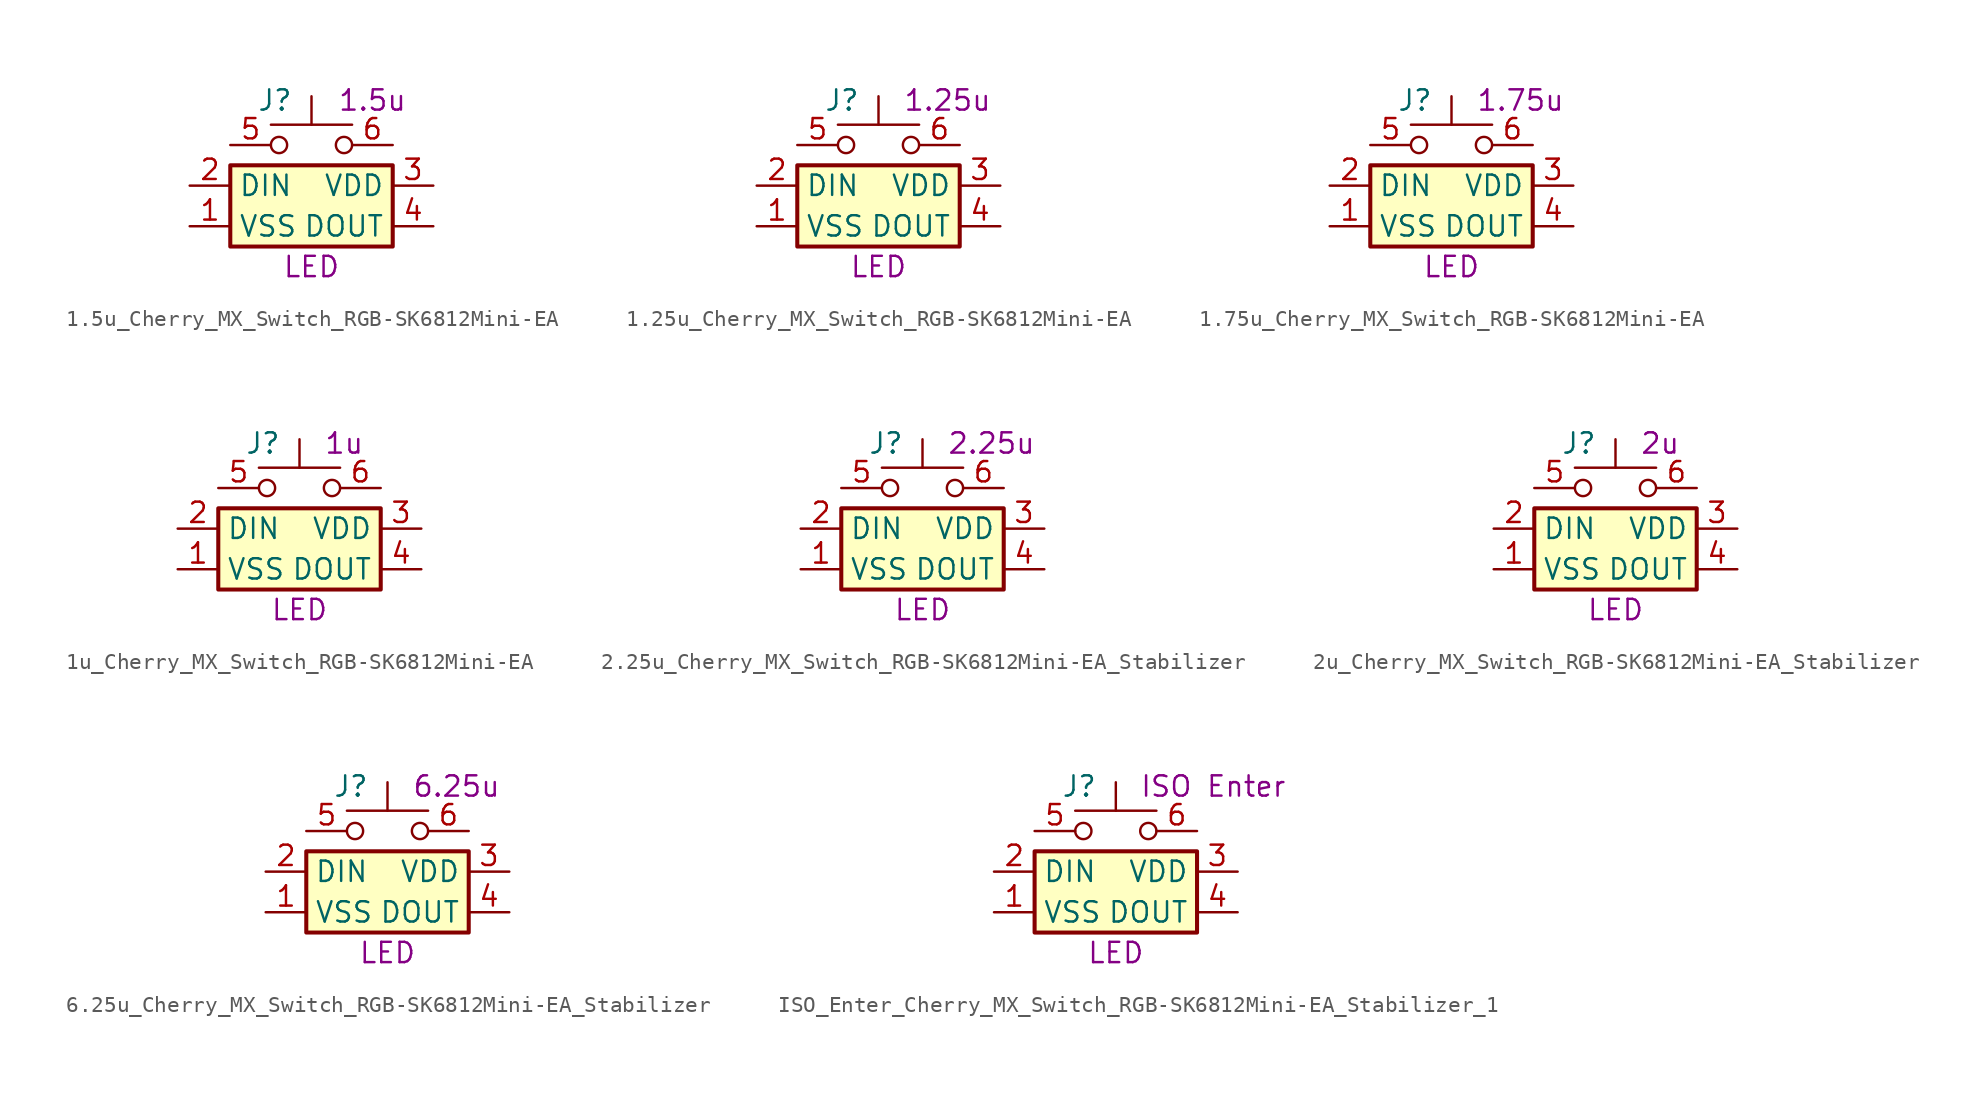
<source format=kicad_sym>
(kicad_symbol_lib
  (version 20241209)
  (generator "kicad_symbol_editor")
  (generator_version "9.0")
  (symbol "1.5u_Cherry_MX_Switch_RGB-SK6812Mini-EA"
    (property "Reference" "J"
      (at -2.286 5.334 0)
      (effects (font (size 1.27 1.27))))
    (property "Value" ""
      (at 0 0 0)
      (effects (font (size 1.27 1.27))))
    (property "LED_Reference" "LED"
      (at 0 -5.08 0)
      (effects (font (size 1.27 1.27))))
    (property "Size" "1.5u"
      (at 3.81 5.334 0)
      (effects (font (size 1.27 1.27))))
    (symbol "1.5u_Cherry_MX_Switch_RGB-SK6812Mini-EA_0_1"
      (rectangle (start -5.08 1.27) (end 5.08 -3.81) (stroke (width 0.254) (type default)) (fill (type background)))
      (circle (center -2.032 2.54) (radius 0.508) (stroke (width 0) (type default)) (fill (type none)))
      (polyline (pts (xy 0 3.81) (xy 0 5.588)) (stroke (width 0) (type default)) (fill (type none)))
      (circle (center 2.032 2.54) (radius 0.508) (stroke (width 0) (type default)) (fill (type none)))
      (polyline (pts (xy 2.54 3.81) (xy -2.54 3.81)) (stroke (width 0) (type default)) (fill (type none))))
    (symbol "1.5u_Cherry_MX_Switch_RGB-SK6812Mini-EA_1_1"
      (pin input line (at -7.62 0 0) (length 2.54) (name "DIN" (effects (font (size 1.27 1.27)))) (number "2" (effects (font (size 1.27 1.27)))))
      (pin power_in line (at -7.62 -2.54 0) (length 2.54) (name "VSS" (effects (font (size 1.27 1.27)))) (number "1" (effects (font (size 1.27 1.27)))))
      (pin passive line (at -5.08 2.54 0) (length 2.54) (name "" (effects (font (size 1.27 1.27)))) (number "5" (effects (font (size 1.27 1.27)))))
      (pin passive line (at 5.08 2.54 180) (length 2.54) (name "" (effects (font (size 1.27 1.27)))) (number "6" (effects (font (size 1.27 1.27)))))
      (pin power_in line (at 7.62 0 180) (length 2.54) (name "VDD" (effects (font (size 1.27 1.27)))) (number "3" (effects (font (size 1.27 1.27)))))
      (pin output line (at 7.62 -2.54 180) (length 2.54) (name "DOUT" (effects (font (size 1.27 1.27)))) (number "4" (effects (font (size 1.27 1.27)))))))
  (symbol "1.25u_Cherry_MX_Switch_RGB-SK6812Mini-EA"
    (property "Reference" "J"
      (at -2.286 5.334 0)
      (effects (font (size 1.27 1.27))))
    (property "Value" ""
      (at 0 0 0)
      (effects (font (size 1.27 1.27))))
    (property "LED_Reference" "LED"
      (at 0 -5.08 0)
      (effects (font (size 1.27 1.27))))
    (property "Size" "1.25u"
      (at 4.318 5.334 0)
      (effects (font (size 1.27 1.27))))
    (symbol "1.25u_Cherry_MX_Switch_RGB-SK6812Mini-EA_0_1"
      (rectangle (start -5.08 1.27) (end 5.08 -3.81) (stroke (width 0.254) (type default)) (fill (type background)))
      (circle (center -2.032 2.54) (radius 0.508) (stroke (width 0) (type default)) (fill (type none)))
      (polyline (pts (xy 0 3.81) (xy 0 5.588)) (stroke (width 0) (type default)) (fill (type none)))
      (circle (center 2.032 2.54) (radius 0.508) (stroke (width 0) (type default)) (fill (type none)))
      (polyline (pts (xy 2.54 3.81) (xy -2.54 3.81)) (stroke (width 0) (type default)) (fill (type none))))
    (symbol "1.25u_Cherry_MX_Switch_RGB-SK6812Mini-EA_1_1"
      (pin input line (at -7.62 0 0) (length 2.54) (name "DIN" (effects (font (size 1.27 1.27)))) (number "2" (effects (font (size 1.27 1.27)))))
      (pin power_in line (at -7.62 -2.54 0) (length 2.54) (name "VSS" (effects (font (size 1.27 1.27)))) (number "1" (effects (font (size 1.27 1.27)))))
      (pin passive line (at -5.08 2.54 0) (length 2.54) (name "" (effects (font (size 1.27 1.27)))) (number "5" (effects (font (size 1.27 1.27)))))
      (pin passive line (at 5.08 2.54 180) (length 2.54) (name "" (effects (font (size 1.27 1.27)))) (number "6" (effects (font (size 1.27 1.27)))))
      (pin power_in line (at 7.62 0 180) (length 2.54) (name "VDD" (effects (font (size 1.27 1.27)))) (number "3" (effects (font (size 1.27 1.27)))))
      (pin output line (at 7.62 -2.54 180) (length 2.54) (name "DOUT" (effects (font (size 1.27 1.27)))) (number "4" (effects (font (size 1.27 1.27)))))))
  (symbol "1.75u_Cherry_MX_Switch_RGB-SK6812Mini-EA"
    (property "Reference" "J"
      (at -2.286 5.334 0)
      (effects (font (size 1.27 1.27))))
    (property "Value" ""
      (at 0 0 0)
      (effects (font (size 1.27 1.27))))
    (property "LED_Reference" "LED"
      (at 0 -5.08 0)
      (effects (font (size 1.27 1.27))))
    (property "Size" "1.75u"
      (at 4.318 5.334 0)
      (effects (font (size 1.27 1.27))))
    (symbol "1.75u_Cherry_MX_Switch_RGB-SK6812Mini-EA_0_1"
      (rectangle (start -5.08 1.27) (end 5.08 -3.81) (stroke (width 0.254) (type default)) (fill (type background)))
      (circle (center -2.032 2.54) (radius 0.508) (stroke (width 0) (type default)) (fill (type none)))
      (polyline (pts (xy 0 3.81) (xy 0 5.588)) (stroke (width 0) (type default)) (fill (type none)))
      (circle (center 2.032 2.54) (radius 0.508) (stroke (width 0) (type default)) (fill (type none)))
      (polyline (pts (xy 2.54 3.81) (xy -2.54 3.81)) (stroke (width 0) (type default)) (fill (type none))))
    (symbol "1.75u_Cherry_MX_Switch_RGB-SK6812Mini-EA_1_1"
      (pin input line (at -7.62 0 0) (length 2.54) (name "DIN" (effects (font (size 1.27 1.27)))) (number "2" (effects (font (size 1.27 1.27)))))
      (pin power_in line (at -7.62 -2.54 0) (length 2.54) (name "VSS" (effects (font (size 1.27 1.27)))) (number "1" (effects (font (size 1.27 1.27)))))
      (pin passive line (at -5.08 2.54 0) (length 2.54) (name "" (effects (font (size 1.27 1.27)))) (number "5" (effects (font (size 1.27 1.27)))))
      (pin passive line (at 5.08 2.54 180) (length 2.54) (name "" (effects (font (size 1.27 1.27)))) (number "6" (effects (font (size 1.27 1.27)))))
      (pin power_in line (at 7.62 0 180) (length 2.54) (name "VDD" (effects (font (size 1.27 1.27)))) (number "3" (effects (font (size 1.27 1.27)))))
      (pin output line (at 7.62 -2.54 180) (length 2.54) (name "DOUT" (effects (font (size 1.27 1.27)))) (number "4" (effects (font (size 1.27 1.27)))))))
  (symbol "1u_Cherry_MX_Switch_RGB-SK6812Mini-EA"
    (property "Reference" "J"
      (at -2.286 5.334 0)
      (effects (font (size 1.27 1.27))))
    (property "Value" ""
      (at 0 0 0)
      (effects (font (size 1.27 1.27))))
    (property "LED_Reference" "LED"
      (at 0 -5.08 0)
      (effects (font (size 1.27 1.27))))
    (property "Size" "1u"
      (at 2.794 5.334 0)
      (effects (font (size 1.27 1.27))))
    (symbol "1u_Cherry_MX_Switch_RGB-SK6812Mini-EA_0_1"
      (rectangle (start -5.08 1.27) (end 5.08 -3.81) (stroke (width 0.254) (type default)) (fill (type background)))
      (circle (center -2.032 2.54) (radius 0.508) (stroke (width 0) (type default)) (fill (type none)))
      (polyline (pts (xy 0 3.81) (xy 0 5.588)) (stroke (width 0) (type default)) (fill (type none)))
      (circle (center 2.032 2.54) (radius 0.508) (stroke (width 0) (type default)) (fill (type none)))
      (polyline (pts (xy 2.54 3.81) (xy -2.54 3.81)) (stroke (width 0) (type default)) (fill (type none))))
    (symbol "1u_Cherry_MX_Switch_RGB-SK6812Mini-EA_1_1"
      (pin input line (at -7.62 0 0) (length 2.54) (name "DIN" (effects (font (size 1.27 1.27)))) (number "2" (effects (font (size 1.27 1.27)))))
      (pin power_in line (at -7.62 -2.54 0) (length 2.54) (name "VSS" (effects (font (size 1.27 1.27)))) (number "1" (effects (font (size 1.27 1.27)))))
      (pin passive line (at -5.08 2.54 0) (length 2.54) (name "" (effects (font (size 1.27 1.27)))) (number "5" (effects (font (size 1.27 1.27)))))
      (pin passive line (at 5.08 2.54 180) (length 2.54) (name "" (effects (font (size 1.27 1.27)))) (number "6" (effects (font (size 1.27 1.27)))))
      (pin power_in line (at 7.62 0 180) (length 2.54) (name "VDD" (effects (font (size 1.27 1.27)))) (number "3" (effects (font (size 1.27 1.27)))))
      (pin output line (at 7.62 -2.54 180) (length 2.54) (name "DOUT" (effects (font (size 1.27 1.27)))) (number "4" (effects (font (size 1.27 1.27)))))))
  (symbol "2.25u_Cherry_MX_Switch_RGB-SK6812Mini-EA_Stabilizer"
    (property "Reference" "J"
      (at -2.286 5.334 0)
      (effects (font (size 1.27 1.27))))
    (property "Value" ""
      (at 0 0 0)
      (effects (font (size 1.27 1.27))))
    (property "LED_Reference" "LED"
      (at 0 -5.08 0)
      (effects (font (size 1.27 1.27))))
    (property "Size" "2.25u"
      (at 4.318 5.334 0)
      (effects (font (size 1.27 1.27))))
    (symbol "2.25u_Cherry_MX_Switch_RGB-SK6812Mini-EA_Stabilizer_0_1"
      (rectangle (start -5.08 1.27) (end 5.08 -3.81) (stroke (width 0.254) (type default)) (fill (type background)))
      (circle (center -2.032 2.54) (radius 0.508) (stroke (width 0) (type default)) (fill (type none)))
      (polyline (pts (xy 0 3.81) (xy 0 5.588)) (stroke (width 0) (type default)) (fill (type none)))
      (circle (center 2.032 2.54) (radius 0.508) (stroke (width 0) (type default)) (fill (type none)))
      (polyline (pts (xy 2.54 3.81) (xy -2.54 3.81)) (stroke (width 0) (type default)) (fill (type none))))
    (symbol "2.25u_Cherry_MX_Switch_RGB-SK6812Mini-EA_Stabilizer_1_1"
      (pin input line (at -7.62 0 0) (length 2.54) (name "DIN" (effects (font (size 1.27 1.27)))) (number "2" (effects (font (size 1.27 1.27)))))
      (pin power_in line (at -7.62 -2.54 0) (length 2.54) (name "VSS" (effects (font (size 1.27 1.27)))) (number "1" (effects (font (size 1.27 1.27)))))
      (pin passive line (at -5.08 2.54 0) (length 2.54) (name "" (effects (font (size 1.27 1.27)))) (number "5" (effects (font (size 1.27 1.27)))))
      (pin passive line (at 5.08 2.54 180) (length 2.54) (name "" (effects (font (size 1.27 1.27)))) (number "6" (effects (font (size 1.27 1.27)))))
      (pin power_in line (at 7.62 0 180) (length 2.54) (name "VDD" (effects (font (size 1.27 1.27)))) (number "3" (effects (font (size 1.27 1.27)))))
      (pin output line (at 7.62 -2.54 180) (length 2.54) (name "DOUT" (effects (font (size 1.27 1.27)))) (number "4" (effects (font (size 1.27 1.27)))))))
  (symbol "2u_Cherry_MX_Switch_RGB-SK6812Mini-EA_Stabilizer"
    (property "Reference" "J"
      (at -2.286 5.334 0)
      (effects (font (size 1.27 1.27))))
    (property "Value" ""
      (at 0 0 0)
      (effects (font (size 1.27 1.27))))
    (property "LED_Reference" "LED"
      (at 0 -5.08 0)
      (effects (font (size 1.27 1.27))))
    (property "Size" "2u"
      (at 2.794 5.334 0)
      (effects (font (size 1.27 1.27))))
    (symbol "2u_Cherry_MX_Switch_RGB-SK6812Mini-EA_Stabilizer_0_1"
      (rectangle (start -5.08 1.27) (end 5.08 -3.81) (stroke (width 0.254) (type default)) (fill (type background)))
      (circle (center -2.032 2.54) (radius 0.508) (stroke (width 0) (type default)) (fill (type none)))
      (polyline (pts (xy 0 3.81) (xy 0 5.588)) (stroke (width 0) (type default)) (fill (type none)))
      (circle (center 2.032 2.54) (radius 0.508) (stroke (width 0) (type default)) (fill (type none)))
      (polyline (pts (xy 2.54 3.81) (xy -2.54 3.81)) (stroke (width 0) (type default)) (fill (type none))))
    (symbol "2u_Cherry_MX_Switch_RGB-SK6812Mini-EA_Stabilizer_1_1"
      (pin input line (at -7.62 0 0) (length 2.54) (name "DIN" (effects (font (size 1.27 1.27)))) (number "2" (effects (font (size 1.27 1.27)))))
      (pin power_in line (at -7.62 -2.54 0) (length 2.54) (name "VSS" (effects (font (size 1.27 1.27)))) (number "1" (effects (font (size 1.27 1.27)))))
      (pin passive line (at -5.08 2.54 0) (length 2.54) (name "" (effects (font (size 1.27 1.27)))) (number "5" (effects (font (size 1.27 1.27)))))
      (pin passive line (at 5.08 2.54 180) (length 2.54) (name "" (effects (font (size 1.27 1.27)))) (number "6" (effects (font (size 1.27 1.27)))))
      (pin power_in line (at 7.62 0 180) (length 2.54) (name "VDD" (effects (font (size 1.27 1.27)))) (number "3" (effects (font (size 1.27 1.27)))))
      (pin output line (at 7.62 -2.54 180) (length 2.54) (name "DOUT" (effects (font (size 1.27 1.27)))) (number "4" (effects (font (size 1.27 1.27)))))))
  (symbol "6.25u_Cherry_MX_Switch_RGB-SK6812Mini-EA_Stabilizer"
    (property "Reference" "J"
      (at -2.286 5.334 0)
      (effects (font (size 1.27 1.27))))
    (property "Value" ""
      (at 0 0 0)
      (effects (font (size 1.27 1.27))))
    (property "LED_Reference" "LED"
      (at 0 -5.08 0)
      (effects (font (size 1.27 1.27))))
    (property "Size" "6.25u"
      (at 4.318 5.334 0)
      (effects (font (size 1.27 1.27))))
    (symbol "6.25u_Cherry_MX_Switch_RGB-SK6812Mini-EA_Stabilizer_0_1"
      (rectangle (start -5.08 1.27) (end 5.08 -3.81) (stroke (width 0.254) (type default)) (fill (type background)))
      (circle (center -2.032 2.54) (radius 0.508) (stroke (width 0) (type default)) (fill (type none)))
      (polyline (pts (xy 0 3.81) (xy 0 5.588)) (stroke (width 0) (type default)) (fill (type none)))
      (circle (center 2.032 2.54) (radius 0.508) (stroke (width 0) (type default)) (fill (type none)))
      (polyline (pts (xy 2.54 3.81) (xy -2.54 3.81)) (stroke (width 0) (type default)) (fill (type none))))
    (symbol "6.25u_Cherry_MX_Switch_RGB-SK6812Mini-EA_Stabilizer_1_1"
      (pin input line (at -7.62 0 0) (length 2.54) (name "DIN" (effects (font (size 1.27 1.27)))) (number "2" (effects (font (size 1.27 1.27)))))
      (pin power_in line (at -7.62 -2.54 0) (length 2.54) (name "VSS" (effects (font (size 1.27 1.27)))) (number "1" (effects (font (size 1.27 1.27)))))
      (pin passive line (at -5.08 2.54 0) (length 2.54) (name "" (effects (font (size 1.27 1.27)))) (number "5" (effects (font (size 1.27 1.27)))))
      (pin passive line (at 5.08 2.54 180) (length 2.54) (name "" (effects (font (size 1.27 1.27)))) (number "6" (effects (font (size 1.27 1.27)))))
      (pin power_in line (at 7.62 0 180) (length 2.54) (name "VDD" (effects (font (size 1.27 1.27)))) (number "3" (effects (font (size 1.27 1.27)))))
      (pin output line (at 7.62 -2.54 180) (length 2.54) (name "DOUT" (effects (font (size 1.27 1.27)))) (number "4" (effects (font (size 1.27 1.27)))))))
  (symbol "ISO_Enter_Cherry_MX_Switch_RGB-SK6812Mini-EA_Stabilizer_1"
    (property "Reference" "J"
      (at -2.286 5.334 0)
      (effects (font (size 1.27 1.27))))
    (property "Value" ""
      (at 0 0 0)
      (effects (font (size 1.27 1.27))))
    (property "LED_Reference" "LED"
      (at 0 -5.08 0)
      (effects (font (size 1.27 1.27))))
    (property "Size" "ISO Enter"
      (at 6.096 5.334 0)
      (effects (font (size 1.27 1.27))))
    (symbol "ISO_Enter_Cherry_MX_Switch_RGB-SK6812Mini-EA_Stabilizer_1_0_1"
      (rectangle (start -5.08 1.27) (end 5.08 -3.81) (stroke (width 0.254) (type default)) (fill (type background)))
      (circle (center -2.032 2.54) (radius 0.508) (stroke (width 0) (type default)) (fill (type none)))
      (polyline (pts (xy 0 3.81) (xy 0 5.588)) (stroke (width 0) (type default)) (fill (type none)))
      (circle (center 2.032 2.54) (radius 0.508) (stroke (width 0) (type default)) (fill (type none)))
      (polyline (pts (xy 2.54 3.81) (xy -2.54 3.81)) (stroke (width 0) (type default)) (fill (type none))))
    (symbol "ISO_Enter_Cherry_MX_Switch_RGB-SK6812Mini-EA_Stabilizer_1_1_1"
      (pin input line (at -7.62 0 0) (length 2.54) (name "DIN" (effects (font (size 1.27 1.27)))) (number "2" (effects (font (size 1.27 1.27)))))
      (pin power_in line (at -7.62 -2.54 0) (length 2.54) (name "VSS" (effects (font (size 1.27 1.27)))) (number "1" (effects (font (size 1.27 1.27)))))
      (pin passive line (at -5.08 2.54 0) (length 2.54) (name "" (effects (font (size 1.27 1.27)))) (number "5" (effects (font (size 1.27 1.27)))))
      (pin passive line (at 5.08 2.54 180) (length 2.54) (name "" (effects (font (size 1.27 1.27)))) (number "6" (effects (font (size 1.27 1.27)))))
      (pin power_in line (at 7.62 0 180) (length 2.54) (name "VDD" (effects (font (size 1.27 1.27)))) (number "3" (effects (font (size 1.27 1.27)))))
      (pin output line (at 7.62 -2.54 180) (length 2.54) (name "DOUT" (effects (font (size 1.27 1.27)))) (number "4" (effects (font (size 1.27 1.27))))))))
</source>
